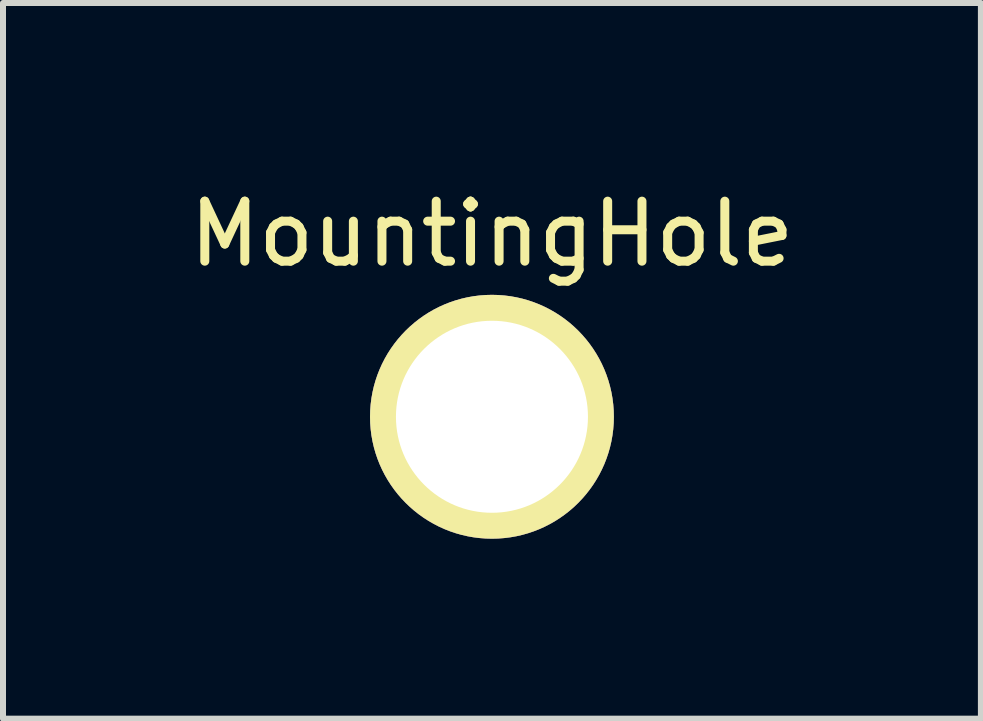
<source format=kicad_pcb>
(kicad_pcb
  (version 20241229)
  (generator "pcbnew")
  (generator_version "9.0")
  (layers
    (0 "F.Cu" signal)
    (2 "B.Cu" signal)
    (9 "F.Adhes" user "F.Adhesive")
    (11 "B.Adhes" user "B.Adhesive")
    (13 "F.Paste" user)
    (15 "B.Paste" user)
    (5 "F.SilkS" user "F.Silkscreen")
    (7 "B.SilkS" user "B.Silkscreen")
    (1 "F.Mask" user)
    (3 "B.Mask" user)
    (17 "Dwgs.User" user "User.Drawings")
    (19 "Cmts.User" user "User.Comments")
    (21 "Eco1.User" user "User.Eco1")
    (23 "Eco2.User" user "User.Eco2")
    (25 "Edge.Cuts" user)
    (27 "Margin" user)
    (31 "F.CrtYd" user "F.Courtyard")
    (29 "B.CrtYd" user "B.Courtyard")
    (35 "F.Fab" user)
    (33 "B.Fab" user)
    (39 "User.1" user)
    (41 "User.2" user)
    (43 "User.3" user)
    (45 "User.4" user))
  (footprint "MountingHole"
    (layer "F.Cu")
    (at 5.149 3.896)
    (property "Reference" "MountingHole" (at 0 -3.048 0) (layer "F.SilkS") (effects (font (size 1 1) (thickness 0.15))))
    (attr through_hole)
    (pad "1" thru_hole circle (at 0 0) (size 4.064 4.064) (drill 3.2) (layers "*.Cu" "*.Mask" "F.SilkS")))
  (gr_rect
    (start -3 -3)
    (end 13.298 8.928)
    (stroke (width 0.1) (type default))
    (fill no)
    (layer "Edge.Cuts")))
</source>
